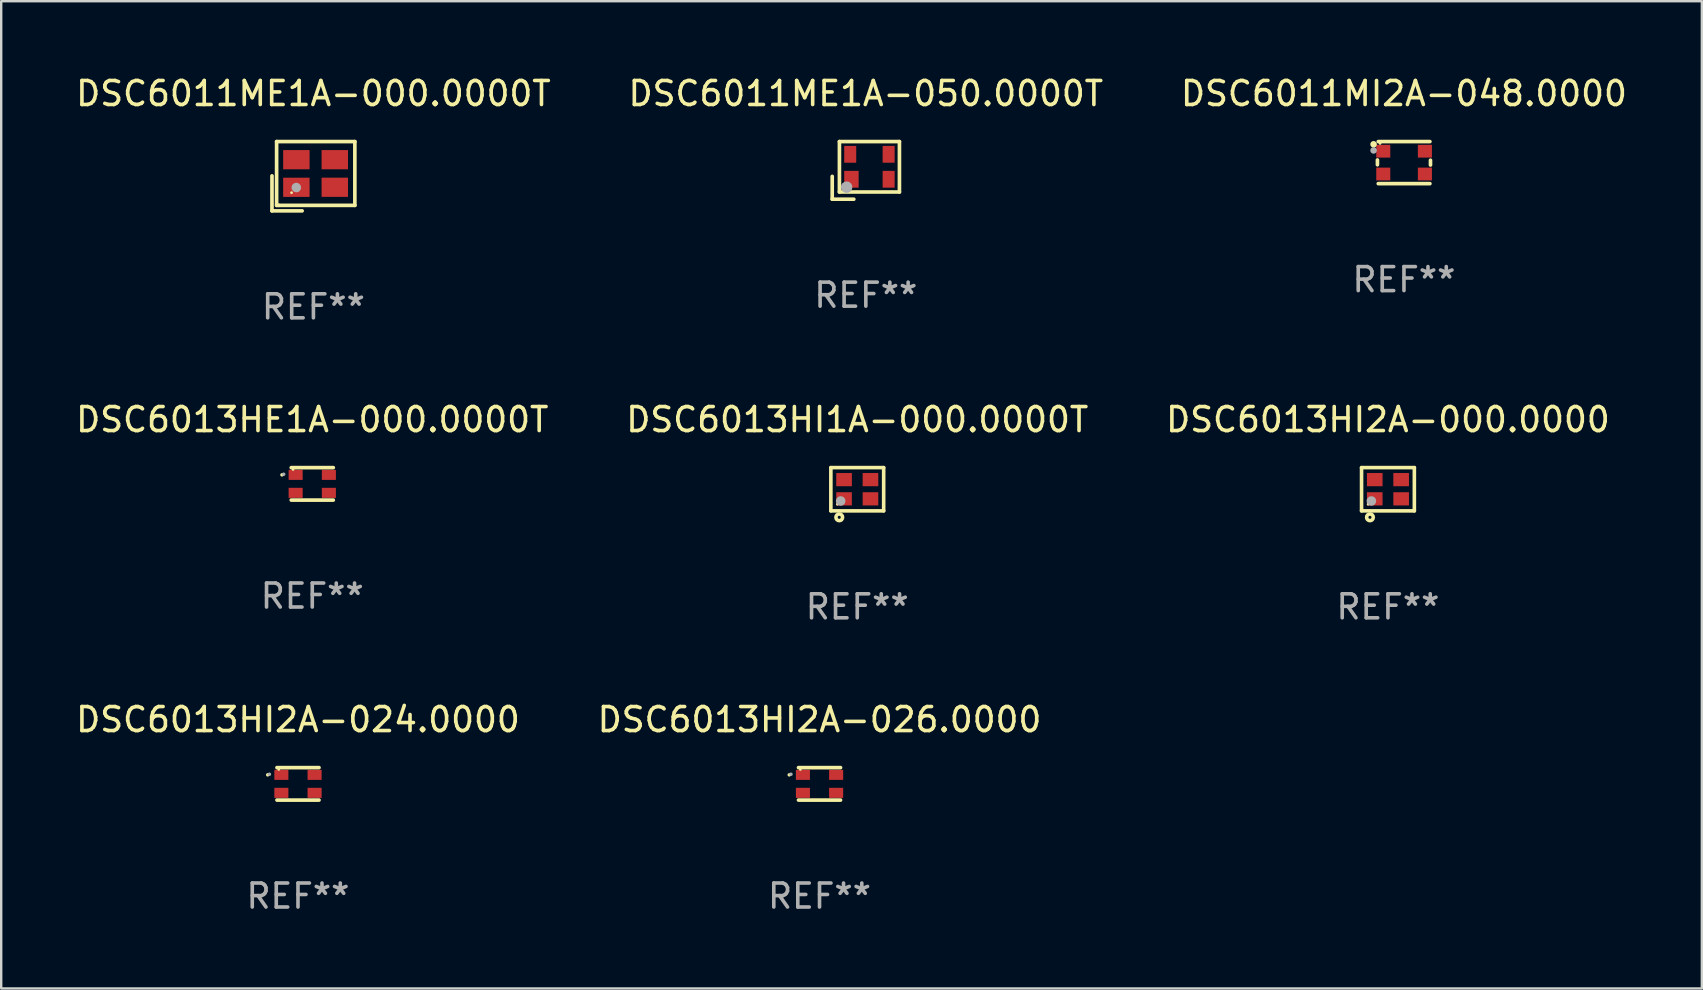
<source format=kicad_pcb>
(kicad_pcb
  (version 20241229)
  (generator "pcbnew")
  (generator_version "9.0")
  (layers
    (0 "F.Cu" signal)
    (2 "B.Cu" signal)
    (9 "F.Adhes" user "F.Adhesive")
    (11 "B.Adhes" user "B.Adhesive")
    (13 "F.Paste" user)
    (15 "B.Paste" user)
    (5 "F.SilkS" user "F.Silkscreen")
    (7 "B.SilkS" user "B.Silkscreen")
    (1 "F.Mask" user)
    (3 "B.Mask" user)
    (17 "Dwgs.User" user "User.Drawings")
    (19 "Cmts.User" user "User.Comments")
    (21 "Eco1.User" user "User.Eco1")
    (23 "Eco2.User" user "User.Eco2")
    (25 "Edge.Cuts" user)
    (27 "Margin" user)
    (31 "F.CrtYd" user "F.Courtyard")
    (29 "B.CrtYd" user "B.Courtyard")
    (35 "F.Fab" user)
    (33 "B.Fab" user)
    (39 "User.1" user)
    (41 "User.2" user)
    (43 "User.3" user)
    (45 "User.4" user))
  (footprint "DSC6013HE1A-000.0000T"
    (layer "F.Cu")
    (at 9.958 17.106)
    (property "Reference" "DSC6013HE1A-000.0000T" (at 0 -2.676 0) (layer "F.SilkS") (effects (font (size 1 1) (thickness 0.15))))
    (attr through_hole)
    (fp_line (start -0.876 -0.676) (end 0.876 -0.676) (stroke (width 0.152) (type solid)) (layer "F.SilkS"))
    (fp_line (start -0.876 0.676) (end 0.876 0.676) (stroke (width 0.152) (type solid)) (layer "F.SilkS"))
    (fp_circle (center -1.261 -0.375) (end -1.223 -0.375) (stroke (width 0.075) (type solid)) (fill no) (layer "F.SilkS"))
    (fp_circle (center -0.8 -0.6) (end -0.77 -0.6) (stroke (width 0.06) (type solid)) (fill no) (layer "F.SilkS"))
    (fp_circle (center -1.19 -0.4) (end -1.152 -0.4) (stroke (width 0.075) (type solid)) (fill no) (layer "F.Fab"))
    (fp_text user "REF**" (at 0 4.676 0) (layer "F.Fab") (effects (font (size 1 1) (thickness 0.15))))
    (pad "1" smd rect (at -0.692 -0.375) (size 0.585 0.42) (layers "F.Cu" "F.Mask" "F.Paste"))
    (pad "2" smd rect (at -0.692 0.375) (size 0.585 0.42) (layers "F.Cu" "F.Mask" "F.Paste"))
    (pad "3" smd rect (at 0.692 0.375) (size 0.585 0.42) (layers "F.Cu" "F.Mask" "F.Paste"))
    (pad "4" smd rect (at 0.692 -0.375) (size 0.585 0.42) (layers "F.Cu" "F.Mask" "F.Paste")))
  (footprint "DSC6013HI1A-000.0000T"
    (layer "F.Cu")
    (at 32.661 17.33)
    (property "Reference" "DSC6013HI1A-000.0000T" (at 0 -2.9 0) (layer "F.SilkS") (effects (font (size 1 1) (thickness 0.15))))
    (attr through_hole)
    (fp_line (start -1.1 -0.9) (end -1.1 0.9) (stroke (width 0.15) (type solid)) (layer "F.SilkS"))
    (fp_line (start -1.1 -0.9) (end 1.1 -0.9) (stroke (width 0.15) (type solid)) (layer "F.SilkS"))
    (fp_line (start -1.1 0.9) (end 1.1 0.9) (stroke (width 0.15) (type solid)) (layer "F.SilkS"))
    (fp_line (start 1.1 -0.9) (end 1.1 0.9) (stroke (width 0.15) (type solid)) (layer "F.SilkS"))
    (fp_circle (center -0.825 0.625) (end -0.795 0.625) (stroke (width 0.06) (type solid)) (fill no) (layer "F.SilkS"))
    (fp_circle (center -0.75 1.17) (end -0.686 1.17) (stroke (width 0.15) (type solid)) (fill no) (layer "F.SilkS"))
    (fp_circle (center -0.69 0.49) (end -0.59 0.49) (stroke (width 0.2) (type solid)) (fill no) (layer "F.Fab"))
    (fp_text user "REF**" (at 0 4.9 0) (layer "F.Fab") (effects (font (size 1 1) (thickness 0.15))))
    (pad "1" smd rect (at -0.55 0.4) (size 0.65 0.55) (layers "F.Cu" "F.Mask" "F.Paste"))
    (pad "2" smd rect (at 0.55 0.4) (size 0.65 0.55) (layers "F.Cu" "F.Mask" "F.Paste"))
    (pad "3" smd rect (at 0.55 -0.4) (size 0.65 0.55) (layers "F.Cu" "F.Mask" "F.Paste"))
    (pad "4" smd rect (at -0.55 -0.4) (size 0.65 0.55) (layers "F.Cu" "F.Mask" "F.Paste")))
  (footprint "DSC6011ME1A-000.0000T"
    (layer "F.Cu")
    (at 10.006 4.291)
    (property "Reference" "DSC6011ME1A-000.0000T" (at 0 -3.443 0) (layer "F.SilkS") (effects (font (size 1 1) (thickness 0.15))))
    (attr through_hole)
    (fp_line (start -1.726 -0.015) (end -1.726 1.443) (stroke (width 0.152) (type solid)) (layer "F.SilkS"))
    (fp_line (start -1.726 1.443) (end -0.469 1.443) (stroke (width 0.152) (type solid)) (layer "F.SilkS"))
    (fp_line (start -1.533 -1.443) (end 1.726 -1.443) (stroke (width 0.152) (type solid)) (layer "F.SilkS"))
    (fp_line (start -1.533 1.214) (end -1.533 -1.443) (stroke (width 0.152) (type solid)) (layer "F.SilkS"))
    (fp_line (start -1.439 1.214) (end -1.533 1.214) (stroke (width 0.152) (type solid)) (layer "F.SilkS"))
    (fp_line (start 1.726 -1.443) (end 1.726 1.214) (stroke (width 0.152) (type solid)) (layer "F.SilkS"))
    (fp_line (start 1.726 1.214) (end -1.439 1.214) (stroke (width 0.152) (type solid)) (layer "F.SilkS"))
    (fp_circle (center -0.91 0.686) (end -0.88 0.686) (stroke (width 0.06) (type solid)) (fill no) (layer "F.SilkS"))
    (fp_circle (center -0.713 0.472) (end -0.613 0.472) (stroke (width 0.2) (type solid)) (fill no) (layer "F.Fab"))
    (fp_text user "REF**" (at 0 5.443 0) (layer "F.Fab") (effects (font (size 1 1) (thickness 0.15))))
    (pad "1" smd rect (at -0.71 0.461) (size 1.1 0.8) (layers "F.Cu" "F.Mask" "F.Paste"))
    (pad "2" smd rect (at 0.89 0.46) (size 1.1 0.8) (layers "F.Cu" "F.Mask" "F.Paste"))
    (pad "3" smd rect (at 0.89 -0.689) (size 1.1 0.8) (layers "F.Cu" "F.Mask" "F.Paste"))
    (pad "4" smd rect (at -0.71 -0.689) (size 1.1 0.8) (layers "F.Cu" "F.Mask" "F.Paste")))
  (footprint "DSC6013HI2A-026.0000"
    (layer "F.Cu")
    (at 31.089 29.603)
    (property "Reference" "DSC6013HI2A-026.0000" (at 0 -2.676 0) (layer "F.SilkS") (effects (font (size 1 1) (thickness 0.15))))
    (attr through_hole)
    (fp_line (start -0.876 -0.676) (end 0.876 -0.676) (stroke (width 0.152) (type solid)) (layer "F.SilkS"))
    (fp_line (start -0.876 0.676) (end 0.876 0.676) (stroke (width 0.152) (type solid)) (layer "F.SilkS"))
    (fp_circle (center -1.261 -0.375) (end -1.223 -0.375) (stroke (width 0.075) (type solid)) (fill no) (layer "F.SilkS"))
    (fp_circle (center -0.8 -0.6) (end -0.77 -0.6) (stroke (width 0.06) (type solid)) (fill no) (layer "F.SilkS"))
    (fp_circle (center -1.19 -0.4) (end -1.152 -0.4) (stroke (width 0.075) (type solid)) (fill no) (layer "F.Fab"))
    (fp_text user "REF**" (at 0 4.676 0) (layer "F.Fab") (effects (font (size 1 1) (thickness 0.15))))
    (pad "1" smd rect (at -0.692 -0.375) (size 0.585 0.42) (layers "F.Cu" "F.Mask" "F.Paste"))
    (pad "2" smd rect (at -0.692 0.375) (size 0.585 0.42) (layers "F.Cu" "F.Mask" "F.Paste"))
    (pad "3" smd rect (at 0.692 0.375) (size 0.585 0.42) (layers "F.Cu" "F.Mask" "F.Paste"))
    (pad "4" smd rect (at 0.692 -0.375) (size 0.585 0.42) (layers "F.Cu" "F.Mask" "F.Paste")))
  (footprint "DSC6011MI2A-048.0000"
    (layer "F.Cu")
    (at 55.435 3.724)
    (property "Reference" "DSC6011MI2A-048.0000" (at 0 -2.876 0) (layer "F.SilkS") (effects (font (size 1 1) (thickness 0.15))))
    (attr through_hole)
    (fp_line (start -1.105 -0.11) (end -1.105 0.09) (stroke (width 0.152) (type solid)) (layer "F.SilkS"))
    (fp_line (start -1.071 -0.876) (end 1.081 -0.876) (stroke (width 0.152) (type solid)) (layer "F.SilkS"))
    (fp_line (start -1.071 0.876) (end 1.081 0.876) (stroke (width 0.152) (type solid)) (layer "F.SilkS"))
    (fp_line (start 1.105 -0.1) (end 1.105 0.1) (stroke (width 0.152) (type solid)) (layer "F.SilkS"))
    (fp_circle (center -1.265 -0.762) (end -1.196 -0.762) (stroke (width 0.137) (type solid)) (fill no) (layer "F.SilkS"))
    (fp_circle (center -0.995 -0.8) (end -0.965 -0.8) (stroke (width 0.06) (type solid)) (fill no) (layer "F.SilkS"))
    (fp_circle (center -1.265 -0.508) (end -1.196 -0.508) (stroke (width 0.137) (type solid)) (fill no) (layer "F.Fab"))
    (fp_text user "REF**" (at 0 4.876 0) (layer "F.Fab") (effects (font (size 1 1) (thickness 0.15))))
    (pad "1" smd rect (at -0.862 -0.475) (size 0.585 0.532) (layers "F.Cu" "F.Mask" "F.Paste"))
    (pad "2" smd rect (at -0.862 0.475) (size 0.585 0.532) (layers "F.Cu" "F.Mask" "F.Paste"))
    (pad "3" smd rect (at 0.872 0.475) (size 0.585 0.532) (layers "F.Cu" "F.Mask" "F.Paste"))
    (pad "4" smd rect (at 0.872 -0.475) (size 0.585 0.532) (layers "F.Cu" "F.Mask" "F.Paste")))
  (footprint "DSC6011ME1A-050.0000T"
    (layer "F.Cu")
    (at 33.018 4.048)
    (property "Reference" "DSC6011ME1A-050.0000T" (at 0 -3.2 0) (layer "F.SilkS") (effects (font (size 1 1) (thickness 0.15))))
    (attr through_hole)
    (fp_line (start -1.4 0.25) (end -1.4 1.2) (stroke (width 0.152) (type solid)) (layer "F.SilkS"))
    (fp_line (start -1.4 1.2) (end -0.5 1.2) (stroke (width 0.152) (type solid)) (layer "F.SilkS"))
    (fp_line (start -1.1 -1.2) (end -1.1 0.9) (stroke (width 0.152) (type solid)) (layer "F.SilkS"))
    (fp_line (start -1.1 -1.2) (end 1.4 -1.2) (stroke (width 0.152) (type solid)) (layer "F.SilkS"))
    (fp_line (start -1.1 0.9) (end 1.4 0.9) (stroke (width 0.152) (type solid)) (layer "F.SilkS"))
    (fp_line (start 1.4 0.9) (end 1.4 -1.2) (stroke (width 0.152) (type solid)) (layer "F.SilkS"))
    (fp_circle (center -0.85 0.65) (end -0.82 0.65) (stroke (width 0.06) (type solid)) (fill no) (layer "F.SilkS"))
    (fp_circle (center -0.8 0.7) (end -0.68 0.7) (stroke (width 0.24) (type solid)) (fill no) (layer "F.Fab"))
    (fp_text user "REF**" (at 0 5.2 0) (layer "F.Fab") (effects (font (size 1 1) (thickness 0.15))))
    (pad "1" smd rect (at -0.6 0.37) (size 0.6 0.7) (layers "F.Cu" "F.Mask" "F.Paste"))
    (pad "2" smd rect (at 0.95 0.37) (size 0.5 0.7) (layers "F.Cu" "F.Mask" "F.Paste"))
    (pad "3" smd rect (at 0.95 -0.67) (size 0.5 0.7) (layers "F.Cu" "F.Mask" "F.Paste"))
    (pad "4" smd rect (at -0.65 -0.67) (size 0.5 0.7) (layers "F.Cu" "F.Mask" "F.Paste")))
  (footprint "DSC6013HI2A-024.0000"
    (layer "F.Cu")
    (at 9.363 29.603)
    (property "Reference" "DSC6013HI2A-024.0000" (at 0 -2.676 0) (layer "F.SilkS") (effects (font (size 1 1) (thickness 0.15))))
    (attr through_hole)
    (fp_line (start -0.876 -0.676) (end 0.876 -0.676) (stroke (width 0.152) (type solid)) (layer "F.SilkS"))
    (fp_line (start -0.876 0.676) (end 0.876 0.676) (stroke (width 0.152) (type solid)) (layer "F.SilkS"))
    (fp_circle (center -1.261 -0.375) (end -1.223 -0.375) (stroke (width 0.075) (type solid)) (fill no) (layer "F.SilkS"))
    (fp_circle (center -0.8 -0.6) (end -0.77 -0.6) (stroke (width 0.06) (type solid)) (fill no) (layer "F.SilkS"))
    (fp_circle (center -1.19 -0.4) (end -1.152 -0.4) (stroke (width 0.075) (type solid)) (fill no) (layer "F.Fab"))
    (fp_text user "REF**" (at 0 4.676 0) (layer "F.Fab") (effects (font (size 1 1) (thickness 0.15))))
    (pad "1" smd rect (at -0.692 -0.375) (size 0.585 0.42) (layers "F.Cu" "F.Mask" "F.Paste"))
    (pad "2" smd rect (at -0.692 0.375) (size 0.585 0.42) (layers "F.Cu" "F.Mask" "F.Paste"))
    (pad "3" smd rect (at 0.692 0.375) (size 0.585 0.42) (layers "F.Cu" "F.Mask" "F.Paste"))
    (pad "4" smd rect (at 0.692 -0.375) (size 0.585 0.42) (layers "F.Cu" "F.Mask" "F.Paste")))
  (footprint "DSC6013HI2A-000.0000"
    (layer "F.Cu")
    (at 54.768 17.33)
    (property "Reference" "DSC6013HI2A-000.0000" (at 0 -2.9 0) (layer "F.SilkS") (effects (font (size 1 1) (thickness 0.15))))
    (attr through_hole)
    (fp_line (start -1.1 -0.9) (end -1.1 0.9) (stroke (width 0.15) (type solid)) (layer "F.SilkS"))
    (fp_line (start -1.1 -0.9) (end 1.1 -0.9) (stroke (width 0.15) (type solid)) (layer "F.SilkS"))
    (fp_line (start -1.1 0.9) (end 1.1 0.9) (stroke (width 0.15) (type solid)) (layer "F.SilkS"))
    (fp_line (start 1.1 -0.9) (end 1.1 0.9) (stroke (width 0.15) (type solid)) (layer "F.SilkS"))
    (fp_circle (center -0.825 0.625) (end -0.795 0.625) (stroke (width 0.06) (type solid)) (fill no) (layer "F.SilkS"))
    (fp_circle (center -0.75 1.17) (end -0.686 1.17) (stroke (width 0.15) (type solid)) (fill no) (layer "F.SilkS"))
    (fp_circle (center -0.69 0.49) (end -0.59 0.49) (stroke (width 0.2) (type solid)) (fill no) (layer "F.Fab"))
    (fp_text user "REF**" (at 0 4.9 0) (layer "F.Fab") (effects (font (size 1 1) (thickness 0.15))))
    (pad "1" smd rect (at -0.55 0.4) (size 0.65 0.55) (layers "F.Cu" "F.Mask" "F.Paste"))
    (pad "2" smd rect (at 0.55 0.4) (size 0.65 0.55) (layers "F.Cu" "F.Mask" "F.Paste"))
    (pad "3" smd rect (at 0.55 -0.4) (size 0.65 0.55) (layers "F.Cu" "F.Mask" "F.Paste"))
    (pad "4" smd rect (at -0.55 -0.4) (size 0.65 0.55) (layers "F.Cu" "F.Mask" "F.Paste")))
  (gr_rect
    (start -3 -3)
    (end 67.845 38.127)
    (stroke (width 0.1) (type default))
    (fill no)
    (layer "Edge.Cuts")))
</source>
